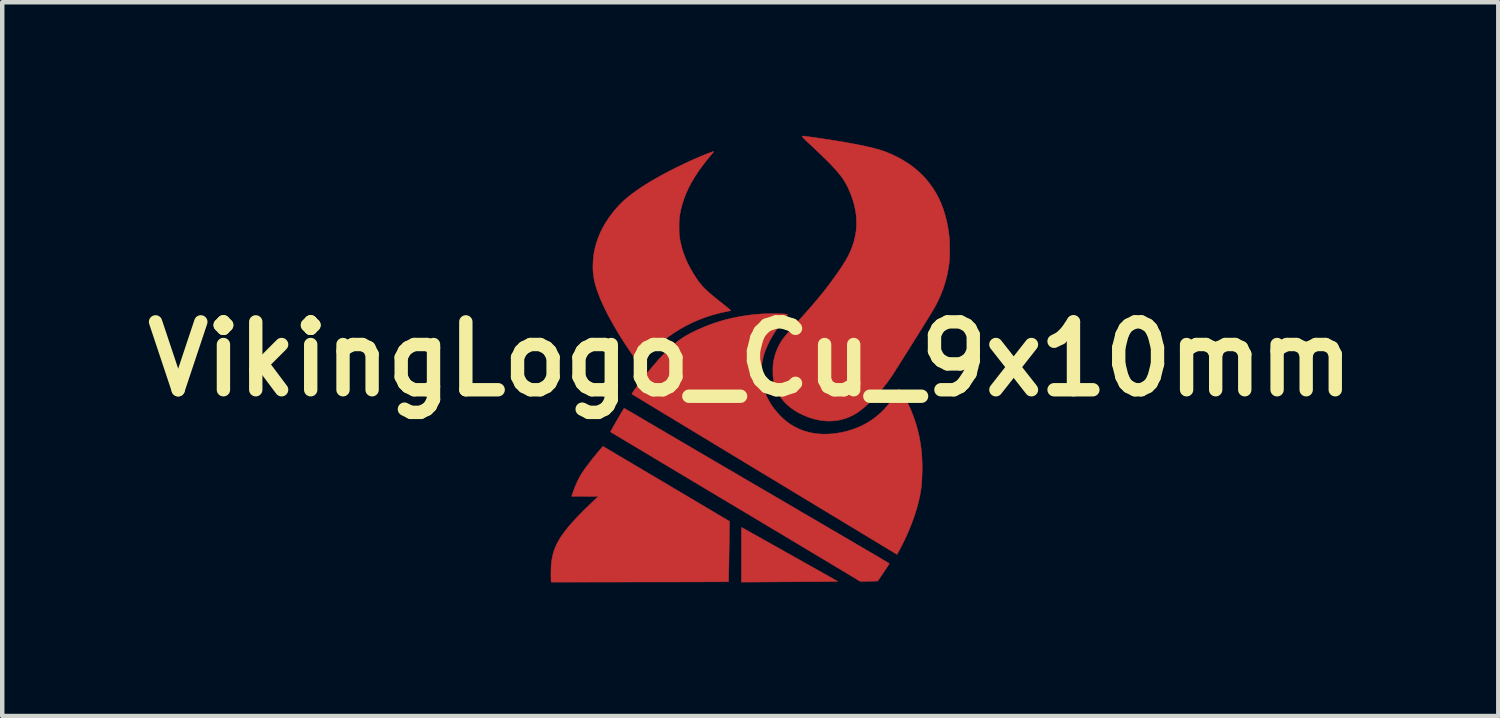
<source format=kicad_pcb>
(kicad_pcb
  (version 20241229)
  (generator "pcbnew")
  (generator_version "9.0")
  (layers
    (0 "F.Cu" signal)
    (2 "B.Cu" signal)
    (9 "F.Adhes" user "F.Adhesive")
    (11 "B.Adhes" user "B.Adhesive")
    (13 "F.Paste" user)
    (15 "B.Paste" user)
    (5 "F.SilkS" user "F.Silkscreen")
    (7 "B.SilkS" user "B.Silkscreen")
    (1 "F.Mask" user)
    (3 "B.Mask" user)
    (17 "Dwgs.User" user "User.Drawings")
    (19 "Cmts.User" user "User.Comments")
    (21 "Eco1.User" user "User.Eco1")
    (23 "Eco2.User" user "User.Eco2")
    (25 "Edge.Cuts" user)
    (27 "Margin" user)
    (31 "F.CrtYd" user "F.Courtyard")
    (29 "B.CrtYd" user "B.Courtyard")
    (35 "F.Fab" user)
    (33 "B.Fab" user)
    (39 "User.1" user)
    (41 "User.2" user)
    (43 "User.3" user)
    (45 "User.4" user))
  (footprint "VikingLogo_Cu_9x10mm"
    (layer "F.Cu")
    (at 13.796 5.012)
    (property "Reference" "VikingLogo_Cu_9x10mm" (at 0 0 0) (layer "F.SilkS") (effects (font (size 1.524 1.524) (thickness 0.3))))
    (attr through_hole)
    (fp_poly (pts (xy -0.191 3.782) (xy -0.18 3.788) (xy -0.162 3.798) (xy -0.139 3.81) (xy -0.111 3.826) (xy -0.078 3.844) (xy -0.042 3.865) (xy -0.001 3.887) (xy 0.042 3.912) (xy 0.088 3.937) (xy 0.113 3.951) (xy 0.148 3.971) (xy 0.19 3.994) (xy 0.238 4.021) (xy 0.291 4.052) (xy 0.35 4.085) (xy 0.414 4.12) (xy 0.482 4.158) (xy 0.553 4.198) (xy 0.627 4.24) (xy 0.704 4.283) (xy 0.782 4.327) (xy 0.862 4.372) (xy 0.943 4.418) (xy 1.024 4.463) (xy 1.105 4.508) (xy 1.185 4.553) (xy 1.187 4.555) (xy 1.262 4.597) (xy 1.335 4.638) (xy 1.406 4.678) (xy 1.474 4.716) (xy 1.539 4.752) (xy 1.601 4.787) (xy 1.659 4.82) (xy 1.713 4.85) (xy 1.763 4.878) (xy 1.808 4.904) (xy 1.848 4.926) (xy 1.882 4.946) (xy 1.911 4.962) (xy 1.934 4.975) (xy 1.95 4.984) (xy 1.959 4.99) (xy 1.962 4.991) (xy 1.96 4.993) (xy 1.95 4.994) (xy 1.932 4.995) (xy 1.909 4.995) (xy 1.899 4.995) (xy 1.882 4.996) (xy 1.856 4.996) (xy 1.824 4.996) (xy 1.784 4.996) (xy 1.738 4.996) (xy 1.687 4.997) (xy 1.629 4.997) (xy 1.567 4.998) (xy 1.5 4.998) (xy 1.429 4.998) (xy 1.353 4.999) (xy 1.275 4.999) (xy 1.193 5) (xy 1.109 5.001) (xy 1.022 5.001) (xy 0.936 5.002) (xy 0.846 5.002) (xy 0.759 5.003) (xy 0.673 5.003) (xy 0.589 5.004) (xy 0.508 5.004) (xy 0.43 5.005) (xy 0.356 5.005) (xy 0.285 5.006) (xy 0.22 5.006) (xy 0.159 5.007) (xy 0.103 5.007) (xy 0.054 5.007) (xy 0.01 5.007) (xy -0.026 5.008) (xy -0.056 5.008) (xy -0.078 5.008) (xy -0.09 5.008) (xy -0.199 5.008) (xy -0.199 4.394) (xy -0.199 4.307) (xy -0.199 4.226) (xy -0.199 4.151) (xy -0.199 4.082) (xy -0.198 4.019) (xy -0.198 3.964) (xy -0.198 3.915) (xy -0.197 3.873) (xy -0.197 3.839) (xy -0.196 3.812) (xy -0.196 3.794) (xy -0.195 3.783) (xy -0.195 3.78) (xy -0.191 3.782)) (stroke (width 0.01) (type solid)) (fill yes) (layer "F.Cu"))
    (fp_poly (pts (xy -3.304 1.962) (xy -3.3 1.964) (xy -3.29 1.97) (xy -3.272 1.98) (xy -3.248 1.995) (xy -3.218 2.012) (xy -3.182 2.033) (xy -3.141 2.058) (xy -3.095 2.085) (xy -3.043 2.116) (xy -2.988 2.149) (xy -2.928 2.184) (xy -2.863 2.222) (xy -2.796 2.262) (xy -2.725 2.304) (xy -2.651 2.348) (xy -2.574 2.394) (xy -2.494 2.441) (xy -2.413 2.489) (xy -2.33 2.538) (xy -2.245 2.589) (xy -2.159 2.64) (xy -2.071 2.691) (xy -1.984 2.743) (xy -1.896 2.795) (xy -1.808 2.848) (xy -1.72 2.9) (xy -1.633 2.951) (xy -1.546 3.003) (xy -1.461 3.053) (xy -1.377 3.103) (xy -1.295 3.151) (xy -1.215 3.199) (xy -1.138 3.245) (xy -1.063 3.289) (xy -0.991 3.332) (xy -0.923 3.372) (xy -0.858 3.411) (xy -0.797 3.447) (xy -0.74 3.481) (xy -0.688 3.512) (xy -0.64 3.54) (xy -0.597 3.565) (xy -0.56 3.587) (xy -0.529 3.606) (xy -0.504 3.621) (xy -0.485 3.632) (xy -0.472 3.64) (xy -0.467 3.643) (xy -0.466 3.643) (xy -0.466 3.648) (xy -0.466 3.66) (xy -0.466 3.679) (xy -0.467 3.706) (xy -0.467 3.738) (xy -0.467 3.777) (xy -0.468 3.82) (xy -0.469 3.869) (xy -0.469 3.921) (xy -0.47 3.977) (xy -0.471 4.036) (xy -0.472 4.097) (xy -0.473 4.16) (xy -0.474 4.225) (xy -0.475 4.29) (xy -0.476 4.356) (xy -0.477 4.421) (xy -0.478 4.486) (xy -0.479 4.549) (xy -0.48 4.61) (xy -0.481 4.669) (xy -0.482 4.725) (xy -0.483 4.777) (xy -0.484 4.826) (xy -0.485 4.869) (xy -0.485 4.907) (xy -0.486 4.94) (xy -0.487 4.966) (xy -0.487 4.986) (xy -0.487 4.998) (xy -0.488 5.002) (xy -0.492 5.002) (xy -0.504 5.002) (xy -0.525 5.002) (xy -0.553 5.002) (xy -0.588 5.002) (xy -0.631 5.002) (xy -0.681 5.002) (xy -0.737 5.003) (xy -0.799 5.003) (xy -0.868 5.003) (xy -0.943 5.003) (xy -1.023 5.003) (xy -1.108 5.004) (xy -1.199 5.004) (xy -1.294 5.004) (xy -1.394 5.004) (xy -1.498 5.004) (xy -1.606 5.005) (xy -1.718 5.005) (xy -1.834 5.005) (xy -1.953 5.005) (xy -2.074 5.005) (xy -2.199 5.006) (xy -2.325 5.006) (xy -2.454 5.006) (xy -2.479 5.006) (xy -4.469 5.009) (xy -4.472 4.98) (xy -4.473 4.961) (xy -4.474 4.936) (xy -4.474 4.904) (xy -4.475 4.869) (xy -4.475 4.831) (xy -4.474 4.791) (xy -4.474 4.751) (xy -4.473 4.713) (xy -4.472 4.678) (xy -4.471 4.647) (xy -4.469 4.621) (xy -4.468 4.61) (xy -4.461 4.547) (xy -4.452 4.487) (xy -4.44 4.428) (xy -4.426 4.369) (xy -4.409 4.312) (xy -4.388 4.255) (xy -4.365 4.198) (xy -4.338 4.141) (xy -4.307 4.084) (xy -4.272 4.025) (xy -4.233 3.965) (xy -4.189 3.904) (xy -4.141 3.841) (xy -4.089 3.775) (xy -4.031 3.707) (xy -3.967 3.637) (xy -3.899 3.563) (xy -3.824 3.485) (xy -3.744 3.404) (xy -3.657 3.319) (xy -3.564 3.229) (xy -3.483 3.151) (xy -3.411 3.084) (xy -3.71 3.083) (xy -4.01 3.082) (xy -4.007 3.072) (xy -3.982 2.996) (xy -3.954 2.92) (xy -3.924 2.844) (xy -3.892 2.77) (xy -3.858 2.7) (xy -3.824 2.635) (xy -3.789 2.576) (xy -3.775 2.555) (xy -3.737 2.498) (xy -3.692 2.436) (xy -3.642 2.369) (xy -3.587 2.297) (xy -3.527 2.22) (xy -3.484 2.168) (xy -3.446 2.121) (xy -3.412 2.079) (xy -3.382 2.044) (xy -3.357 2.015) (xy -3.336 1.992) (xy -3.321 1.975) (xy -3.31 1.965) (xy -3.305 1.961) (xy -3.304 1.962)) (stroke (width 0.01) (type solid)) (fill yes) (layer "F.Cu"))
    (fp_poly (pts (xy -2.827 1.106) (xy -2.816 1.113) (xy -2.798 1.123) (xy -2.776 1.136) (xy -2.748 1.152) (xy -2.717 1.17) (xy -2.681 1.191) (xy -2.643 1.213) (xy -2.602 1.237) (xy -2.58 1.25) (xy -2.436 1.335) (xy -2.291 1.42) (xy -2.146 1.505) (xy -2 1.59) (xy -1.853 1.677) (xy -1.703 1.764) (xy -1.552 1.853) (xy -1.399 1.943) (xy -1.243 2.034) (xy -1.084 2.128) (xy -0.921 2.223) (xy -0.754 2.321) (xy -0.583 2.421) (xy -0.408 2.523) (xy -0.227 2.629) (xy -0.041 2.738) (xy 0.151 2.85) (xy 0.348 2.965) (xy 0.553 3.085) (xy 0.764 3.208) (xy 0.817 3.239) (xy 0.979 3.334) (xy 1.137 3.427) (xy 1.292 3.517) (xy 1.444 3.606) (xy 1.591 3.692) (xy 1.734 3.776) (xy 1.873 3.857) (xy 2.007 3.935) (xy 2.136 4.011) (xy 2.26 4.083) (xy 2.378 4.153) (xy 2.491 4.219) (xy 2.597 4.281) (xy 2.697 4.339) (xy 2.791 4.394) (xy 2.878 4.445) (xy 2.946 4.485) (xy 2.989 4.511) (xy 3.026 4.533) (xy 3.057 4.551) (xy 3.081 4.566) (xy 3.099 4.577) (xy 3.112 4.586) (xy 3.119 4.592) (xy 3.122 4.596) (xy 3.122 4.596) (xy 3.12 4.601) (xy 3.113 4.612) (xy 3.102 4.628) (xy 3.088 4.649) (xy 3.072 4.674) (xy 3.053 4.701) (xy 3.033 4.731) (xy 3.012 4.763) (xy 2.991 4.795) (xy 2.969 4.827) (xy 2.949 4.858) (xy 2.929 4.887) (xy 2.911 4.914) (xy 2.895 4.937) (xy 2.882 4.956) (xy 2.872 4.971) (xy 2.866 4.979) (xy 2.864 4.981) (xy 2.86 4.983) (xy 2.851 4.984) (xy 2.835 4.985) (xy 2.813 4.986) (xy 2.785 4.987) (xy 2.749 4.988) (xy 2.705 4.988) (xy 2.663 4.989) (xy 2.466 4.992) (xy 2.346 4.917) (xy 2.336 4.911) (xy 2.319 4.901) (xy 2.295 4.887) (xy 2.265 4.868) (xy 2.228 4.846) (xy 2.184 4.82) (xy 2.135 4.79) (xy 2.079 4.757) (xy 2.018 4.72) (xy 1.951 4.68) (xy 1.879 4.637) (xy 1.802 4.59) (xy 1.72 4.541) (xy 1.632 4.489) (xy 1.541 4.434) (xy 1.445 4.377) (xy 1.344 4.316) (xy 1.24 4.254) (xy 1.132 4.189) (xy 1.02 4.122) (xy 0.904 4.053) (xy 0.786 3.982) (xy 0.664 3.909) (xy 0.539 3.835) (xy 0.412 3.759) (xy 0.282 3.681) (xy 0.15 3.602) (xy 0.016 3.522) (xy -0.12 3.44) (xy -0.258 3.358) (xy -0.398 3.274) (xy -0.452 3.242) (xy -0.592 3.159) (xy -0.729 3.077) (xy -0.865 2.996) (xy -0.998 2.916) (xy -1.129 2.837) (xy -1.258 2.761) (xy -1.384 2.685) (xy -1.507 2.612) (xy -1.627 2.54) (xy -1.743 2.47) (xy -1.857 2.402) (xy -1.967 2.337) (xy -2.073 2.273) (xy -2.175 2.212) (xy -2.273 2.153) (xy -2.367 2.097) (xy -2.456 2.044) (xy -2.54 1.993) (xy -2.62 1.946) (xy -2.695 1.901) (xy -2.764 1.859) (xy -2.829 1.821) (xy -2.887 1.786) (xy -2.94 1.754) (xy -2.987 1.726) (xy -3.028 1.701) (xy -3.063 1.681) (xy -3.091 1.664) (xy -3.112 1.651) (xy -3.127 1.642) (xy -3.135 1.637) (xy -3.136 1.637) (xy -3.136 1.634) (xy -3.134 1.628) (xy -3.13 1.619) (xy -3.123 1.605) (xy -3.113 1.587) (xy -3.101 1.564) (xy -3.085 1.536) (xy -3.066 1.502) (xy -3.043 1.462) (xy -3.016 1.415) (xy -2.989 1.367) (xy -2.963 1.324) (xy -2.94 1.283) (xy -2.917 1.245) (xy -2.897 1.21) (xy -2.878 1.179) (xy -2.862 1.153) (xy -2.849 1.131) (xy -2.84 1.116) (xy -2.833 1.107) (xy -2.831 1.104) (xy -2.827 1.106)) (stroke (width 0.01) (type solid)) (fill yes) (layer "F.Cu"))
    (fp_poly (pts (xy -0.822 -4.66) (xy -0.822 -4.656) (xy -0.827 -4.647) (xy -0.839 -4.632) (xy -0.854 -4.614) (xy -0.9 -4.559) (xy -0.947 -4.502) (xy -0.994 -4.443) (xy -1.04 -4.384) (xy -1.083 -4.327) (xy -1.123 -4.273) (xy -1.159 -4.223) (xy -1.169 -4.208) (xy -1.25 -4.084) (xy -1.323 -3.961) (xy -1.387 -3.838) (xy -1.443 -3.715) (xy -1.49 -3.593) (xy -1.529 -3.471) (xy -1.56 -3.349) (xy -1.574 -3.277) (xy -1.581 -3.241) (xy -1.586 -3.21) (xy -1.589 -3.181) (xy -1.592 -3.154) (xy -1.595 -3.126) (xy -1.596 -3.095) (xy -1.597 -3.062) (xy -1.598 -3.023) (xy -1.598 -2.977) (xy -1.598 -2.97) (xy -1.598 -2.918) (xy -1.597 -2.874) (xy -1.596 -2.835) (xy -1.594 -2.799) (xy -1.59 -2.766) (xy -1.586 -2.732) (xy -1.581 -2.697) (xy -1.574 -2.66) (xy -1.567 -2.623) (xy -1.538 -2.504) (xy -1.501 -2.384) (xy -1.456 -2.265) (xy -1.403 -2.146) (xy -1.341 -2.027) (xy -1.271 -1.908) (xy -1.23 -1.844) (xy -1.203 -1.804) (xy -1.178 -1.768) (xy -1.153 -1.733) (xy -1.127 -1.7) (xy -1.101 -1.669) (xy -1.074 -1.637) (xy -1.044 -1.606) (xy -1.013 -1.574) (xy -0.979 -1.541) (xy -0.941 -1.507) (xy -0.9 -1.47) (xy -0.854 -1.431) (xy -0.803 -1.389) (xy -0.747 -1.344) (xy -0.685 -1.294) (xy -0.631 -1.252) (xy -0.585 -1.215) (xy -0.546 -1.183) (xy -0.513 -1.157) (xy -0.486 -1.134) (xy -0.465 -1.117) (xy -0.45 -1.104) (xy -0.441 -1.095) (xy -0.437 -1.09) (xy -0.441 -1.088) (xy -0.452 -1.084) (xy -0.469 -1.08) (xy -0.492 -1.075) (xy -0.52 -1.07) (xy -0.522 -1.069) (xy -0.685 -1.034) (xy -0.845 -0.991) (xy -1.001 -0.941) (xy -1.154 -0.883) (xy -1.304 -0.818) (xy -1.449 -0.745) (xy -1.59 -0.666) (xy -1.726 -0.579) (xy -1.858 -0.486) (xy -1.939 -0.423) (xy -2.053 -0.327) (xy -2.16 -0.227) (xy -2.261 -0.124) (xy -2.354 -0.019) (xy -2.43 0.077) (xy -2.445 0.096) (xy -2.457 0.112) (xy -2.467 0.124) (xy -2.474 0.132) (xy -2.476 0.134) (xy -2.479 0.131) (xy -2.487 0.123) (xy -2.496 0.112) (xy -2.499 0.108) (xy -2.531 0.064) (xy -2.567 0.014) (xy -2.605 -0.04) (xy -2.644 -0.095) (xy -2.683 -0.152) (xy -2.721 -0.207) (xy -2.756 -0.26) (xy -2.789 -0.308) (xy -2.8 -0.326) (xy -2.891 -0.466) (xy -2.975 -0.603) (xy -3.054 -0.737) (xy -3.127 -0.866) (xy -3.195 -0.991) (xy -3.256 -1.112) (xy -3.311 -1.229) (xy -3.361 -1.341) (xy -3.404 -1.449) (xy -3.441 -1.551) (xy -3.472 -1.649) (xy -3.496 -1.741) (xy -3.505 -1.784) (xy -3.52 -1.875) (xy -3.53 -1.971) (xy -3.533 -2.071) (xy -3.53 -2.174) (xy -3.522 -2.278) (xy -3.509 -2.375) (xy -3.485 -2.494) (xy -3.453 -2.612) (xy -3.413 -2.728) (xy -3.365 -2.842) (xy -3.308 -2.956) (xy -3.244 -3.067) (xy -3.17 -3.178) (xy -3.089 -3.287) (xy -3.072 -3.308) (xy -3.008 -3.384) (xy -2.943 -3.455) (xy -2.876 -3.523) (xy -2.804 -3.589) (xy -2.727 -3.653) (xy -2.644 -3.718) (xy -2.553 -3.783) (xy -2.547 -3.788) (xy -2.442 -3.859) (xy -2.33 -3.931) (xy -2.209 -4.004) (xy -2.082 -4.077) (xy -1.948 -4.151) (xy -1.808 -4.225) (xy -1.663 -4.298) (xy -1.512 -4.371) (xy -1.357 -4.444) (xy -1.342 -4.45) (xy -1.295 -4.472) (xy -1.247 -4.493) (xy -1.198 -4.514) (xy -1.15 -4.535) (xy -1.102 -4.555) (xy -1.056 -4.574) (xy -1.012 -4.592) (xy -0.971 -4.608) (xy -0.934 -4.623) (xy -0.901 -4.635) (xy -0.872 -4.646) (xy -0.85 -4.653) (xy -0.833 -4.658) (xy -0.823 -4.66) (xy -0.822 -4.66)) (stroke (width 0.01) (type solid)) (fill yes) (layer "F.Cu"))
    (fp_poly (pts (xy 0.558 -1.018) (xy 0.605 -1.018) (xy 0.65 -1.017) (xy 0.69 -1.016) (xy 0.725 -1.015) (xy 0.755 -1.013) (xy 0.777 -1.011) (xy 0.783 -1.01) (xy 0.803 -1.007) (xy 0.82 -1.005) (xy 0.832 -1.003) (xy 0.837 -1.002) (xy 0.837 -1.001) (xy 0.835 -0.998) (xy 0.828 -0.988) (xy 0.818 -0.973) (xy 0.803 -0.954) (xy 0.786 -0.93) (xy 0.766 -0.904) (xy 0.745 -0.875) (xy 0.736 -0.863) (xy 0.692 -0.805) (xy 0.654 -0.752) (xy 0.619 -0.704) (xy 0.588 -0.659) (xy 0.56 -0.617) (xy 0.533 -0.576) (xy 0.508 -0.535) (xy 0.499 -0.521) (xy 0.438 -0.413) (xy 0.386 -0.305) (xy 0.341 -0.199) (xy 0.305 -0.093) (xy 0.278 0.012) (xy 0.259 0.117) (xy 0.248 0.22) (xy 0.245 0.323) (xy 0.251 0.425) (xy 0.266 0.526) (xy 0.277 0.583) (xy 0.303 0.675) (xy 0.337 0.767) (xy 0.378 0.859) (xy 0.425 0.948) (xy 0.479 1.036) (xy 0.539 1.12) (xy 0.604 1.2) (xy 0.674 1.275) (xy 0.747 1.346) (xy 0.825 1.41) (xy 0.905 1.467) (xy 0.928 1.481) (xy 1.02 1.534) (xy 1.116 1.579) (xy 1.215 1.616) (xy 1.317 1.645) (xy 1.423 1.667) (xy 1.531 1.68) (xy 1.643 1.686) (xy 1.758 1.684) (xy 1.876 1.675) (xy 1.997 1.657) (xy 2.045 1.649) (xy 2.169 1.62) (xy 2.289 1.584) (xy 2.405 1.541) (xy 2.516 1.491) (xy 2.622 1.434) (xy 2.724 1.37) (xy 2.82 1.299) (xy 2.913 1.221) (xy 3 1.136) (xy 3.083 1.043) (xy 3.161 0.944) (xy 3.235 0.838) (xy 3.296 0.737) (xy 3.333 0.673) (xy 3.343 0.683) (xy 3.354 0.694) (xy 3.368 0.711) (xy 3.384 0.733) (xy 3.402 0.757) (xy 3.419 0.783) (xy 3.436 0.809) (xy 3.448 0.829) (xy 3.463 0.855) (xy 3.481 0.887) (xy 3.5 0.924) (xy 3.52 0.964) (xy 3.541 1.005) (xy 3.561 1.046) (xy 3.58 1.085) (xy 3.596 1.121) (xy 3.61 1.152) (xy 3.611 1.154) (xy 3.669 1.301) (xy 3.719 1.451) (xy 3.762 1.603) (xy 3.797 1.758) (xy 3.824 1.915) (xy 3.844 2.076) (xy 3.856 2.24) (xy 3.861 2.408) (xy 3.861 2.43) (xy 3.86 2.475) (xy 3.859 2.524) (xy 3.858 2.575) (xy 3.856 2.627) (xy 3.854 2.679) (xy 3.851 2.728) (xy 3.849 2.774) (xy 3.846 2.814) (xy 3.843 2.848) (xy 3.842 2.857) (xy 3.825 2.977) (xy 3.802 3.102) (xy 3.772 3.23) (xy 3.736 3.363) (xy 3.693 3.498) (xy 3.645 3.637) (xy 3.59 3.777) (xy 3.53 3.92) (xy 3.478 4.034) (xy 3.464 4.063) (xy 3.449 4.095) (xy 3.432 4.128) (xy 3.415 4.163) (xy 3.397 4.197) (xy 3.379 4.232) (xy 3.362 4.264) (xy 3.346 4.295) (xy 3.331 4.322) (xy 3.318 4.346) (xy 3.308 4.365) (xy 3.3 4.378) (xy 3.295 4.385) (xy 3.294 4.386) (xy 3.29 4.384) (xy 3.279 4.377) (xy 3.261 4.366) (xy 3.237 4.352) (xy 3.206 4.333) (xy 3.169 4.31) (xy 3.125 4.284) (xy 3.075 4.254) (xy 3.02 4.221) (xy 2.959 4.184) (xy 2.892 4.143) (xy 2.82 4.1) (xy 2.742 4.053) (xy 2.66 4.003) (xy 2.572 3.95) (xy 2.48 3.895) (xy 2.384 3.836) (xy 2.283 3.775) (xy 2.178 3.712) (xy 2.069 3.646) (xy 1.956 3.577) (xy 1.839 3.507) (xy 1.719 3.434) (xy 1.595 3.36) (xy 1.468 3.283) (xy 1.339 3.204) (xy 1.206 3.124) (xy 1.071 3.043) (xy 0.933 2.959) (xy 0.793 2.874) (xy 0.651 2.788) (xy 0.507 2.701) (xy 0.361 2.613) (xy 0.32 2.588) (xy 0.173 2.5) (xy 0.028 2.412) (xy -0.115 2.326) (xy -0.255 2.24) (xy -0.394 2.157) (xy -0.53 2.074) (xy -0.663 1.994) (xy -0.794 1.915) (xy -0.921 1.837) (xy -1.046 1.762) (xy -1.167 1.689) (xy -1.285 1.617) (xy -1.399 1.548) (xy -1.509 1.482) (xy -1.616 1.417) (xy -1.718 1.355) (xy -1.816 1.296) (xy -1.909 1.24) (xy -1.998 1.186) (xy -2.082 1.135) (xy -2.161 1.087) (xy -2.235 1.042) (xy -2.303 1.001) (xy -2.366 0.963) (xy -2.423 0.928) (xy -2.475 0.897) (xy -2.52 0.869) (xy -2.559 0.846) (xy -2.592 0.826) (xy -2.619 0.81) (xy -2.638 0.798) (xy -2.651 0.79) (xy -2.657 0.786) (xy -2.657 0.786) (xy -2.657 0.781) (xy -2.651 0.769) (xy -2.64 0.751) (xy -2.624 0.727) (xy -2.603 0.697) (xy -2.577 0.661) (xy -2.547 0.619) (xy -2.512 0.572) (xy -2.479 0.527) (xy -2.376 0.392) (xy -2.274 0.265) (xy -2.174 0.145) (xy -2.077 0.033) (xy -1.981 -0.071) (xy -1.887 -0.167) (xy -1.795 -0.255) (xy -1.727 -0.317) (xy -1.674 -0.362) (xy -1.621 -0.404) (xy -1.568 -0.443) (xy -1.514 -0.48) (xy -1.456 -0.516) (xy -1.395 -0.551) (xy -1.329 -0.586) (xy -1.256 -0.622) (xy -1.177 -0.66) (xy -1.026 -0.725) (xy -0.874 -0.784) (xy -0.72 -0.836) (xy -0.564 -0.882) (xy -0.405 -0.92) (xy -0.243 -0.953) (xy -0.076 -0.98) (xy 0.097 -1) (xy 0.207 -1.01) (xy 0.239 -1.012) (xy 0.276 -1.014) (xy 0.318 -1.016) (xy 0.363 -1.017) (xy 0.411 -1.018) (xy 0.46 -1.018) (xy 0.51 -1.018) (xy 0.558 -1.018)) (stroke (width 0.01) (type solid)) (fill yes) (layer "F.Cu"))
    (fp_poly (pts (xy 1.192 -5.007) (xy 1.209 -5.005) (xy 1.231 -5.003) (xy 1.26 -4.999) (xy 1.295 -4.994) (xy 1.335 -4.989) (xy 1.456 -4.972) (xy 1.579 -4.955) (xy 1.701 -4.936) (xy 1.822 -4.917) (xy 1.941 -4.898) (xy 2.058 -4.879) (xy 2.171 -4.859) (xy 2.279 -4.839) (xy 2.382 -4.82) (xy 2.479 -4.801) (xy 2.569 -4.782) (xy 2.631 -4.768) (xy 2.711 -4.75) (xy 2.784 -4.732) (xy 2.85 -4.714) (xy 2.911 -4.696) (xy 2.968 -4.678) (xy 3.023 -4.659) (xy 3.059 -4.645) (xy 3.192 -4.588) (xy 3.32 -4.527) (xy 3.44 -4.459) (xy 3.554 -4.387) (xy 3.662 -4.309) (xy 3.762 -4.226) (xy 3.857 -4.138) (xy 3.944 -4.044) (xy 4.025 -3.945) (xy 4.1 -3.841) (xy 4.168 -3.732) (xy 4.229 -3.617) (xy 4.284 -3.496) (xy 4.332 -3.371) (xy 4.373 -3.24) (xy 4.409 -3.103) (xy 4.437 -2.962) (xy 4.459 -2.815) (xy 4.473 -2.684) (xy 4.475 -2.654) (xy 4.476 -2.617) (xy 4.477 -2.575) (xy 4.478 -2.529) (xy 4.478 -2.48) (xy 4.478 -2.431) (xy 4.478 -2.381) (xy 4.477 -2.333) (xy 4.475 -2.287) (xy 4.474 -2.246) (xy 4.472 -2.21) (xy 4.469 -2.181) (xy 4.469 -2.176) (xy 4.447 -2.026) (xy 4.418 -1.878) (xy 4.38 -1.733) (xy 4.335 -1.59) (xy 4.281 -1.45) (xy 4.219 -1.312) (xy 4.15 -1.177) (xy 4.116 -1.118) (xy 4.102 -1.094) (xy 4.084 -1.065) (xy 4.062 -1.029) (xy 4.037 -0.987) (xy 4.008 -0.94) (xy 3.976 -0.889) (xy 3.942 -0.833) (xy 3.905 -0.774) (xy 3.867 -0.712) (xy 3.826 -0.647) (xy 3.785 -0.58) (xy 3.742 -0.511) (xy 3.698 -0.442) (xy 3.654 -0.371) (xy 3.61 -0.301) (xy 3.566 -0.231) (xy 3.523 -0.162) (xy 3.48 -0.094) (xy 3.438 -0.028) (xy 3.398 0.035) (xy 3.36 0.096) (xy 3.324 0.153) (xy 3.29 0.206) (xy 3.259 0.255) (xy 3.231 0.299) (xy 3.206 0.338) (xy 3.185 0.37) (xy 3.168 0.396) (xy 3.161 0.406) (xy 3.074 0.529) (xy 2.979 0.65) (xy 2.877 0.77) (xy 2.766 0.887) (xy 2.743 0.91) (xy 2.685 0.968) (xy 2.632 1.019) (xy 2.582 1.065) (xy 2.535 1.105) (xy 2.49 1.141) (xy 2.447 1.174) (xy 2.405 1.203) (xy 2.364 1.229) (xy 2.321 1.253) (xy 2.28 1.274) (xy 2.235 1.295) (xy 2.194 1.313) (xy 2.155 1.328) (xy 2.116 1.34) (xy 2.073 1.352) (xy 2.073 1.353) (xy 1.975 1.374) (xy 1.876 1.387) (xy 1.776 1.392) (xy 1.677 1.388) (xy 1.674 1.388) (xy 1.573 1.376) (xy 1.471 1.355) (xy 1.37 1.327) (xy 1.27 1.292) (xy 1.172 1.25) (xy 1.077 1.202) (xy 0.987 1.147) (xy 0.915 1.097) (xy 0.877 1.066) (xy 0.838 1.032) (xy 0.799 0.995) (xy 0.762 0.958) (xy 0.731 0.922) (xy 0.723 0.912) (xy 0.67 0.841) (xy 0.625 0.765) (xy 0.587 0.685) (xy 0.556 0.601) (xy 0.532 0.513) (xy 0.518 0.44) (xy 0.515 0.413) (xy 0.512 0.378) (xy 0.51 0.34) (xy 0.509 0.298) (xy 0.509 0.255) (xy 0.509 0.213) (xy 0.51 0.174) (xy 0.512 0.139) (xy 0.514 0.119) (xy 0.528 0.025) (xy 0.549 -0.064) (xy 0.576 -0.15) (xy 0.61 -0.234) (xy 0.631 -0.279) (xy 0.646 -0.308) (xy 0.66 -0.335) (xy 0.675 -0.361) (xy 0.691 -0.387) (xy 0.707 -0.413) (xy 0.725 -0.439) (xy 0.745 -0.467) (xy 0.768 -0.496) (xy 0.793 -0.528) (xy 0.822 -0.562) (xy 0.854 -0.6) (xy 0.891 -0.642) (xy 0.932 -0.689) (xy 0.978 -0.741) (xy 1.015 -0.783) (xy 1.043 -0.814) (xy 1.074 -0.849) (xy 1.109 -0.887) (xy 1.144 -0.926) (xy 1.178 -0.965) (xy 1.211 -1.001) (xy 1.229 -1.022) (xy 1.301 -1.102) (xy 1.367 -1.178) (xy 1.429 -1.249) (xy 1.487 -1.318) (xy 1.543 -1.384) (xy 1.596 -1.449) (xy 1.648 -1.514) (xy 1.699 -1.579) (xy 1.75 -1.646) (xy 1.781 -1.687) (xy 1.821 -1.741) (xy 1.862 -1.797) (xy 1.903 -1.854) (xy 1.944 -1.912) (xy 1.983 -1.968) (xy 2.021 -2.023) (xy 2.056 -2.076) (xy 2.087 -2.124) (xy 2.115 -2.168) (xy 2.137 -2.203) (xy 2.197 -2.311) (xy 2.249 -2.42) (xy 2.292 -2.529) (xy 2.328 -2.64) (xy 2.355 -2.753) (xy 2.375 -2.867) (xy 2.38 -2.906) (xy 2.382 -2.934) (xy 2.384 -2.968) (xy 2.385 -3.007) (xy 2.385 -3.049) (xy 2.385 -3.091) (xy 2.384 -3.133) (xy 2.382 -3.173) (xy 2.38 -3.207) (xy 2.378 -3.234) (xy 2.36 -3.347) (xy 2.336 -3.458) (xy 2.305 -3.568) (xy 2.267 -3.679) (xy 2.22 -3.79) (xy 2.204 -3.827) (xy 2.179 -3.879) (xy 2.155 -3.925) (xy 2.131 -3.967) (xy 2.106 -4.008) (xy 2.089 -4.034) (xy 2.058 -4.079) (xy 2.022 -4.127) (xy 1.982 -4.176) (xy 1.938 -4.229) (xy 1.888 -4.285) (xy 1.833 -4.344) (xy 1.773 -4.406) (xy 1.707 -4.473) (xy 1.635 -4.543) (xy 1.557 -4.618) (xy 1.473 -4.698) (xy 1.405 -4.761) (xy 1.356 -4.807) (xy 1.312 -4.848) (xy 1.274 -4.883) (xy 1.243 -4.914) (xy 1.216 -4.94) (xy 1.196 -4.961) (xy 1.18 -4.978) (xy 1.17 -4.991) (xy 1.165 -4.999) (xy 1.164 -5.002) (xy 1.165 -5.005) (xy 1.167 -5.006) (xy 1.172 -5.007) (xy 1.18 -5.007) (xy 1.192 -5.007)) (stroke (width 0.01) (type solid)) (fill yes) (layer "F.Cu")))
  (gr_rect
    (start -3 -3)
    (end 30.592 13.027)
    (stroke (width 0.1) (type default))
    (fill no)
    (layer "Edge.Cuts")))
</source>
